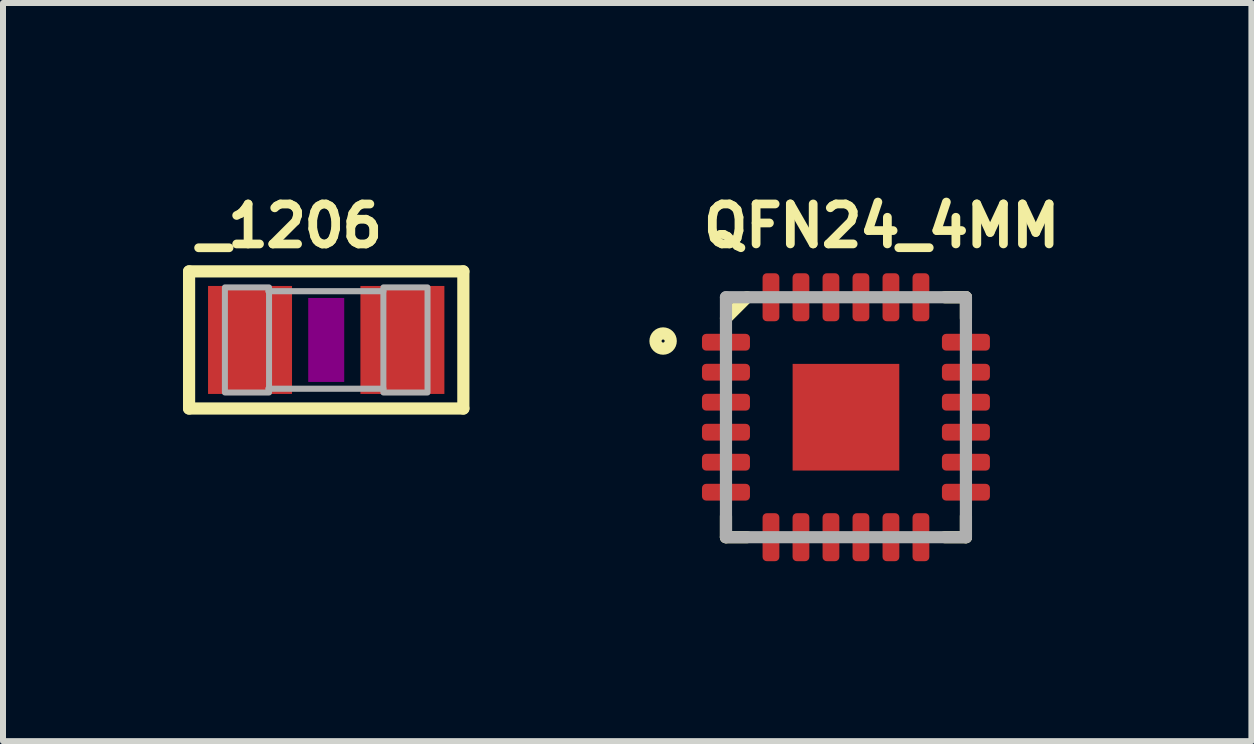
<source format=kicad_pcb>
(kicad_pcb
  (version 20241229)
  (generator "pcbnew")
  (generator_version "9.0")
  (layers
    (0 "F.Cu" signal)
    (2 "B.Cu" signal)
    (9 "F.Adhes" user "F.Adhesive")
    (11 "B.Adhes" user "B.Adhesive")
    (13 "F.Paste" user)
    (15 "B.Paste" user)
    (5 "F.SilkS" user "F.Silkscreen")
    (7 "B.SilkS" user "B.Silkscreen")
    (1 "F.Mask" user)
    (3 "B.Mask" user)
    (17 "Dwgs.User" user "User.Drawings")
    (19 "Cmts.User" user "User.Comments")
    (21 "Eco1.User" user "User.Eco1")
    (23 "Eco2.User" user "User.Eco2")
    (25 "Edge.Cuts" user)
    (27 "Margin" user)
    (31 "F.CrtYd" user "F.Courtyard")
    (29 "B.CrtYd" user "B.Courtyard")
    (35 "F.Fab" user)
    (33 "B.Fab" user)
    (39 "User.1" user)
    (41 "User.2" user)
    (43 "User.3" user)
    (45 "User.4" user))
  (footprint "QFN24_4MM"
    (layer "F.Cu")
    (at 11.052 3.905)
    (property "Reference" "QFN24_4MM" (at -2.45 -2.8 0) (unlocked yes) (layer "F.SilkS") (effects (font (size 0.666 0.666) (thickness 0.146)) (justify left bottom)))
    (fp_line (start -2 2) (end -2 1.65) (stroke (width 0.203) (type solid)) (layer "F.SilkS"))
    (fp_line (start -1.65 -2) (end -2 -1.65) (stroke (width 0.203) (type solid)) (layer "F.SilkS"))
    (fp_line (start -1.65 2) (end -2 2) (stroke (width 0.203) (type solid)) (layer "F.SilkS"))
    (fp_line (start 1.65 2) (end 2 2) (stroke (width 0.203) (type solid)) (layer "F.SilkS"))
    (fp_line (start 2 -2) (end 1.65 -2) (stroke (width 0.203) (type solid)) (layer "F.SilkS"))
    (fp_line (start 2 -1.65) (end 2 -2) (stroke (width 0.203) (type solid)) (layer "F.SilkS"))
    (fp_line (start 2 1.65) (end 2 2) (stroke (width 0.203) (type solid)) (layer "F.SilkS"))
    (fp_circle (center -3.048 -1.27) (end -2.921 -1.27) (stroke (width 0.203) (type solid)) (fill no) (layer "F.SilkS"))
    (fp_poly (pts (xy -0.75 -0.1) (xy -0.1 -0.1) (xy -0.1 -0.75) (xy -0.75 -0.75)) (stroke (width 0) (type default)) (fill yes) (layer "F.Paste"))
    (fp_poly (pts (xy -0.75 0.75) (xy -0.1 0.75) (xy -0.1 0.1) (xy -0.75 0.1)) (stroke (width 0) (type default)) (fill yes) (layer "F.Paste"))
    (fp_poly (pts (xy 0.1 -0.1) (xy 0.75 -0.1) (xy 0.75 -0.75) (xy 0.1 -0.75)) (stroke (width 0) (type default)) (fill yes) (layer "F.Paste"))
    (fp_poly (pts (xy 0.1 0.75) (xy 0.75 0.75) (xy 0.75 0.1) (xy 0.1 0.1)) (stroke (width 0) (type default)) (fill yes) (layer "F.Paste"))
    (fp_line (start -2 -2) (end -2 2) (stroke (width 0.203) (type solid)) (layer "F.Fab"))
    (fp_line (start -2 2) (end 2 2) (stroke (width 0.203) (type solid)) (layer "F.Fab"))
    (fp_line (start 2 -2) (end -2 -2) (stroke (width 0.203) (type solid)) (layer "F.Fab"))
    (fp_line (start 2 2) (end 2 -2) (stroke (width 0.203) (type solid)) (layer "F.Fab"))
    (pad "1" smd roundrect (at -2 -1.25 180) (size 0.8 0.28) (layers "F.Cu" "F.Mask" "F.Paste") (roundrect_rratio 0.25))
    (pad "2" smd roundrect (at -2 -0.75 180) (size 0.8 0.28) (layers "F.Cu" "F.Mask" "F.Paste") (roundrect_rratio 0.25))
    (pad "3" smd roundrect (at -2 -0.25 180) (size 0.8 0.28) (layers "F.Cu" "F.Mask" "F.Paste") (roundrect_rratio 0.25))
    (pad "4" smd roundrect (at -2 0.25 180) (size 0.8 0.28) (layers "F.Cu" "F.Mask" "F.Paste") (roundrect_rratio 0.25))
    (pad "5" smd roundrect (at -2 0.75 180) (size 0.8 0.28) (layers "F.Cu" "F.Mask" "F.Paste") (roundrect_rratio 0.25))
    (pad "6" smd roundrect (at -2 1.25 180) (size 0.8 0.28) (layers "F.Cu" "F.Mask" "F.Paste") (roundrect_rratio 0.25))
    (pad "7" smd roundrect (at -1.25 2 90) (size 0.8 0.28) (layers "F.Cu" "F.Mask" "F.Paste") (roundrect_rratio 0.25))
    (pad "8" smd roundrect (at -0.75 2 90) (size 0.8 0.28) (layers "F.Cu" "F.Mask" "F.Paste") (roundrect_rratio 0.25))
    (pad "9" smd roundrect (at -0.25 2 90) (size 0.8 0.28) (layers "F.Cu" "F.Mask" "F.Paste") (roundrect_rratio 0.25))
    (pad "10" smd roundrect (at 0.25 2 90) (size 0.8 0.28) (layers "F.Cu" "F.Mask" "F.Paste") (roundrect_rratio 0.25))
    (pad "11" smd roundrect (at 0.75 2 90) (size 0.8 0.28) (layers "F.Cu" "F.Mask" "F.Paste") (roundrect_rratio 0.25))
    (pad "12" smd roundrect (at 1.25 2 90) (size 0.8 0.28) (layers "F.Cu" "F.Mask" "F.Paste") (roundrect_rratio 0.25))
    (pad "13" smd roundrect (at 2 1.25) (size 0.8 0.28) (layers "F.Cu" "F.Mask" "F.Paste") (roundrect_rratio 0.25))
    (pad "14" smd roundrect (at 2 0.75) (size 0.8 0.28) (layers "F.Cu" "F.Mask" "F.Paste") (roundrect_rratio 0.25))
    (pad "15" smd roundrect (at 2 0.25) (size 0.8 0.28) (layers "F.Cu" "F.Mask" "F.Paste") (roundrect_rratio 0.25))
    (pad "16" smd roundrect (at 2 -0.25) (size 0.8 0.28) (layers "F.Cu" "F.Mask" "F.Paste") (roundrect_rratio 0.25))
    (pad "17" smd roundrect (at 2 -0.75) (size 0.8 0.28) (layers "F.Cu" "F.Mask" "F.Paste") (roundrect_rratio 0.25))
    (pad "18" smd roundrect (at 2 -1.25) (size 0.8 0.28) (layers "F.Cu" "F.Mask" "F.Paste") (roundrect_rratio 0.25))
    (pad "19" smd roundrect (at 1.25 -2 270) (size 0.8 0.28) (layers "F.Cu" "F.Mask" "F.Paste") (roundrect_rratio 0.25))
    (pad "20" smd roundrect (at 0.75 -2 270) (size 0.8 0.28) (layers "F.Cu" "F.Mask" "F.Paste") (roundrect_rratio 0.25))
    (pad "21" smd roundrect (at 0.25 -2 270) (size 0.8 0.28) (layers "F.Cu" "F.Mask" "F.Paste") (roundrect_rratio 0.25))
    (pad "22" smd roundrect (at -0.25 -2 270) (size 0.8 0.28) (layers "F.Cu" "F.Mask" "F.Paste") (roundrect_rratio 0.25))
    (pad "23" smd roundrect (at -0.75 -2 270) (size 0.8 0.28) (layers "F.Cu" "F.Mask" "F.Paste") (roundrect_rratio 0.25))
    (pad "24" smd roundrect (at -1.25 -2 270) (size 0.8 0.28) (layers "F.Cu" "F.Mask" "F.Paste") (roundrect_rratio 0.25))
    (pad "THERM" smd rect (at 0 0) (size 1.778 1.778) (layers "F.Cu" "F.Mask")))
  (footprint "_1206"
    (layer "F.Cu")
    (at 2.388 2.617)
    (property "Reference" "_1206" (at -2.223 -1.511 0) (unlocked yes) (layer "F.SilkS") (effects (font (size 0.666 0.666) (thickness 0.146)) (justify left bottom)))
    (fp_line (start -2.286 -1.143) (end 2.286 -1.143) (stroke (width 0.203) (type solid)) (layer "F.SilkS"))
    (fp_line (start -2.286 1.143) (end -2.286 -1.143) (stroke (width 0.203) (type solid)) (layer "F.SilkS"))
    (fp_line (start 2.286 -1.143) (end 2.286 1.143) (stroke (width 0.203) (type solid)) (layer "F.SilkS"))
    (fp_line (start 2.286 1.143) (end -2.286 1.143) (stroke (width 0.203) (type solid)) (layer "F.SilkS"))
    (fp_poly (pts (xy -0.3 0.7) (xy 0.3 0.7) (xy 0.3 -0.7) (xy -0.3 -0.7)) (stroke (width 0) (type default)) (fill yes) (layer "F.Adhes"))
    (fp_line (start 0.953 -0.813) (end -0.965 -0.813) (stroke (width 0.102) (type solid)) (layer "F.Fab"))
    (fp_line (start 0.953 0.813) (end -0.965 0.813) (stroke (width 0.102) (type solid)) (layer "F.Fab"))
    (fp_poly (pts (xy -1.689 0.876) (xy -0.953 0.876) (xy -0.953 -0.876) (xy -1.689 -0.876)) (stroke (width 0.1) (type default)) (fill no) (layer "F.Fab"))
    (fp_poly (pts (xy 0.953 0.876) (xy 1.689 0.876) (xy 1.689 -0.876) (xy 0.953 -0.876)) (stroke (width 0.1) (type default)) (fill no) (layer "F.Fab"))
    (pad "1" smd rect (at -1.27 0) (size 1.4 1.8) (layers "F.Cu" "F.Mask" "F.Paste"))
    (pad "2" smd rect (at 1.27 0) (size 1.4 1.8) (layers "F.Cu" "F.Mask" "F.Paste")))
  (gr_rect
    (start -3 -3)
    (end 17.811 9.305)
    (stroke (width 0.1) (type default))
    (fill no)
    (layer "Edge.Cuts")))
</source>
